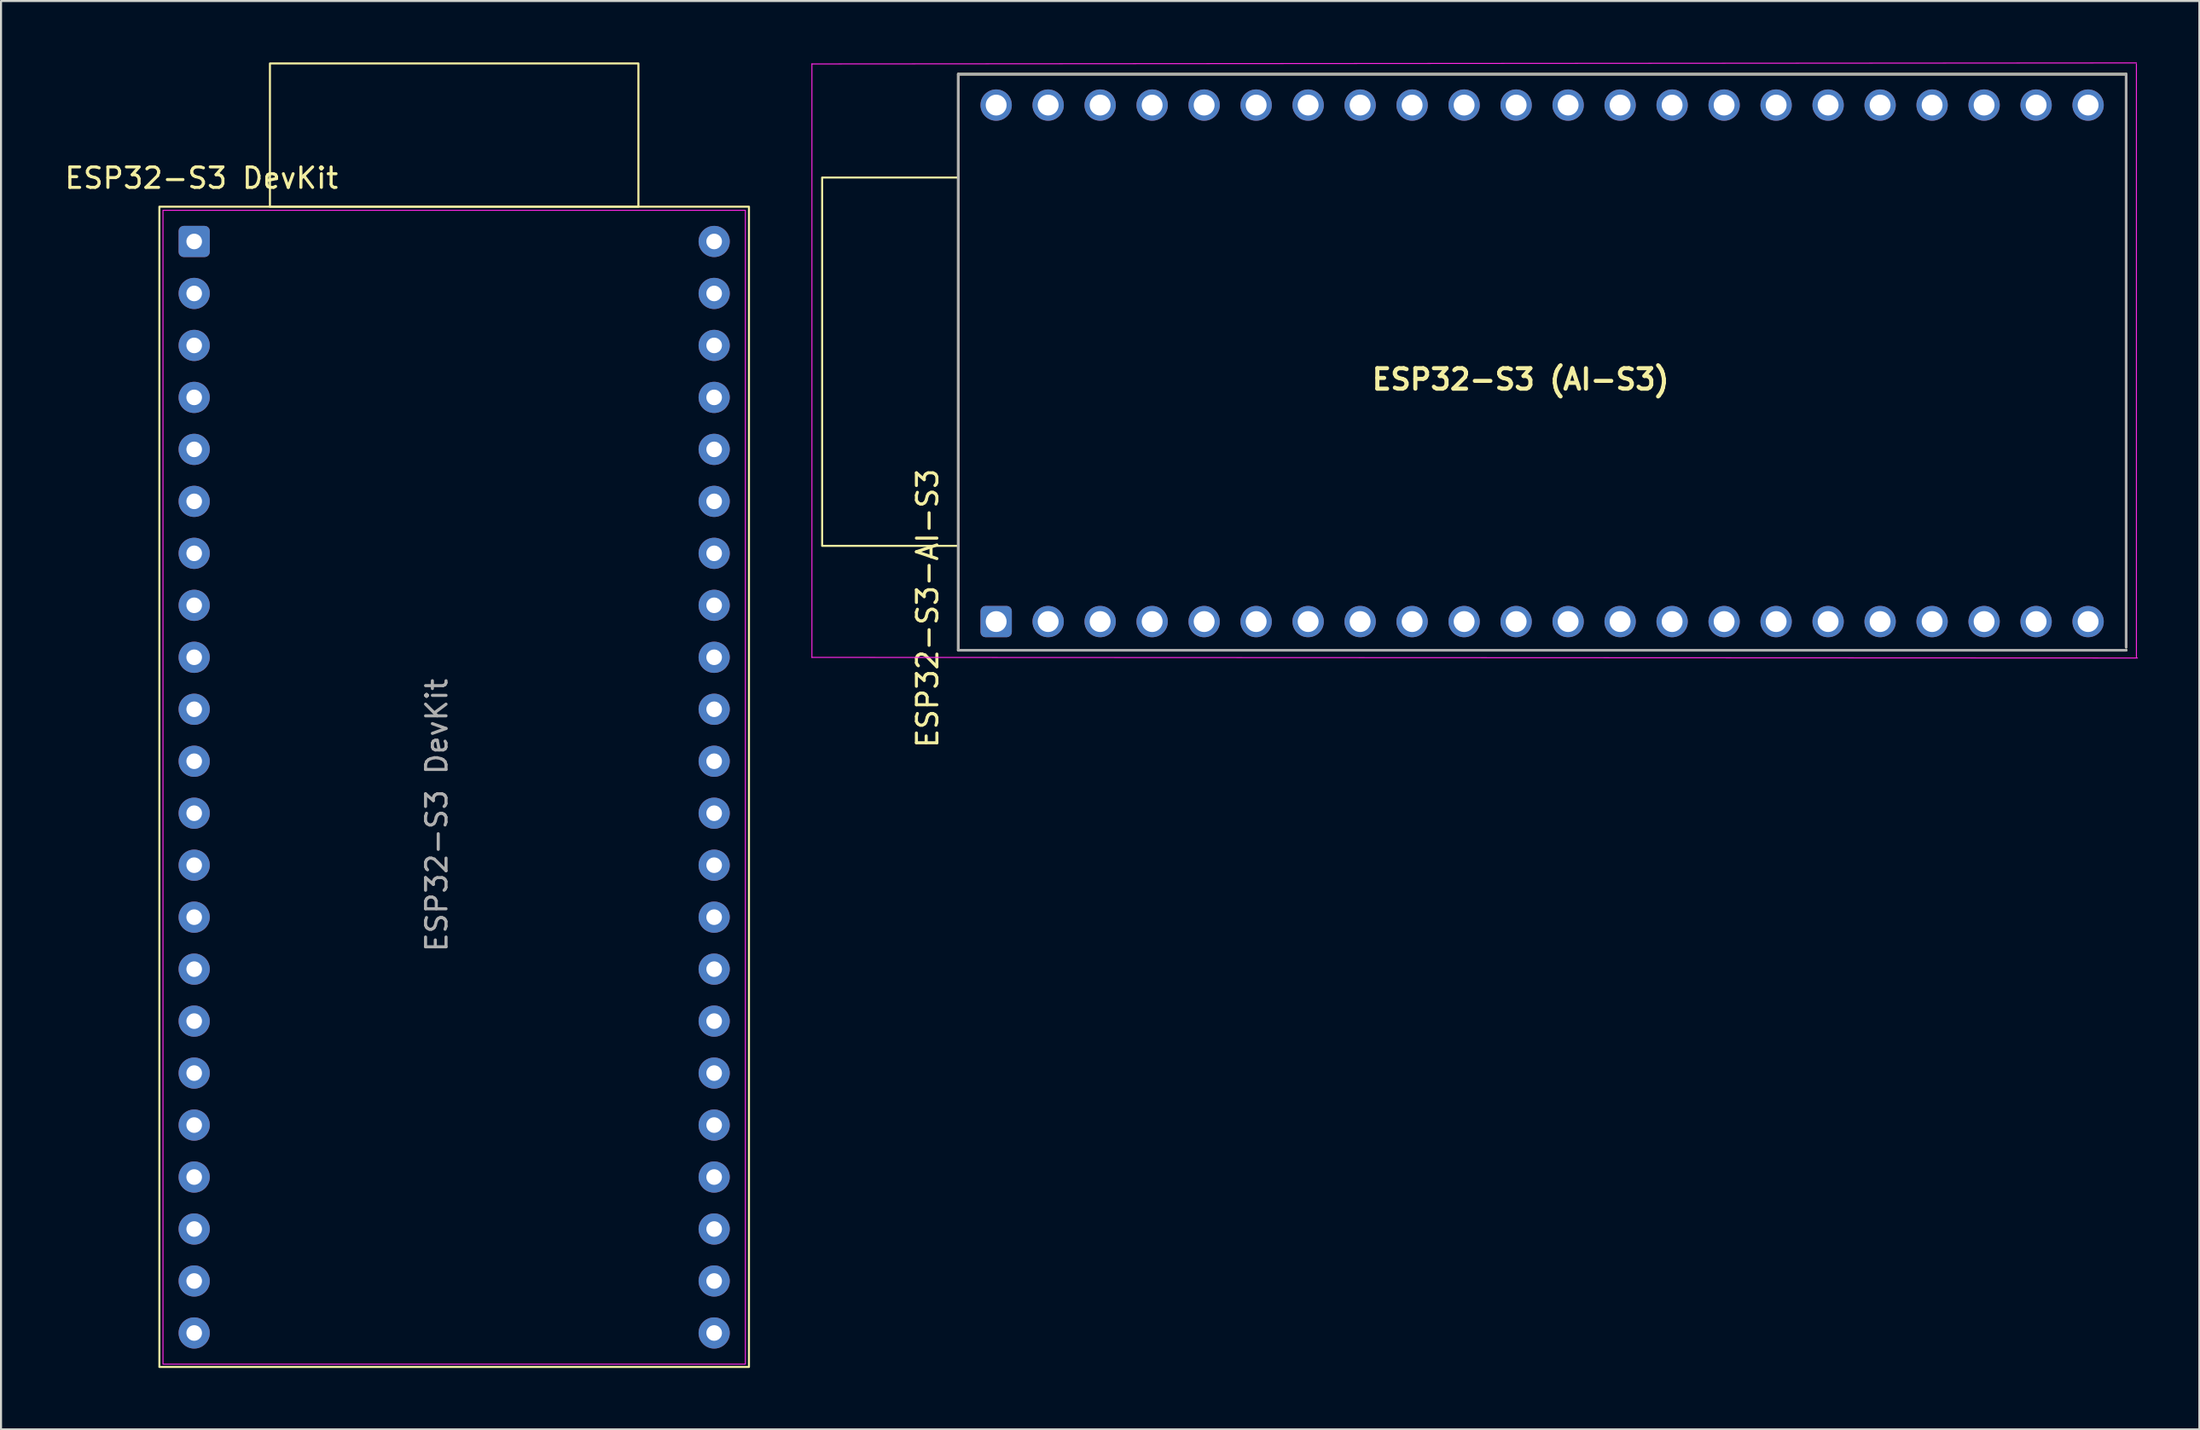
<source format=kicad_pcb>
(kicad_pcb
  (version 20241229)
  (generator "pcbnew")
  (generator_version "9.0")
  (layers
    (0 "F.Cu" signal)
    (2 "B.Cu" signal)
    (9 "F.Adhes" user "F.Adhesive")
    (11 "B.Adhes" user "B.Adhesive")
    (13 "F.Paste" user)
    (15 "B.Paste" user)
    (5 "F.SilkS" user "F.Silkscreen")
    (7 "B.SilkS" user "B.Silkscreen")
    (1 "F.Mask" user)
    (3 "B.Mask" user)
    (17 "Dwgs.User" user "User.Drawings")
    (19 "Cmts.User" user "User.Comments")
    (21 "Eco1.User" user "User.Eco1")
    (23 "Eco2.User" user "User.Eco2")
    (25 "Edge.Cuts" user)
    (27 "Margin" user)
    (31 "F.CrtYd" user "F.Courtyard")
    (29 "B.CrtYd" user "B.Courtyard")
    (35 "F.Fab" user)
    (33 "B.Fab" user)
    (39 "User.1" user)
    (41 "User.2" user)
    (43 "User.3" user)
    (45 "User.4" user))
  (footprint "ESP32-S3-AI-S3"
    (layer "F.Cu")
    (at 71.111 15.525)
    (property "Reference" "ESP32-S3-AI-S3" (at -28.85 11.15 90) (layer "F.SilkS") (effects (font (size 1 1) (thickness 0.15))))
    (attr through_hole)
    (fp_line (start -27.35 -14.95) (end 29.7 -14.95) (stroke (width 0.127) (type solid)) (layer "F.SilkS"))
    (fp_line (start -27.35 13.2) (end -27.35 -14.95) (stroke (width 0.127) (type solid)) (layer "F.SilkS"))
    (fp_line (start 29.7 -14.95) (end 29.7 13.05) (stroke (width 0.127) (type solid)) (layer "F.SilkS"))
    (fp_line (start 29.7 13.2) (end -27.35 13.2) (stroke (width 0.127) (type solid)) (layer "F.SilkS"))
    (fp_rect (start -34 -9.9) (end -27.35 8.1) (stroke (width 0.1) (type default)) (fill no) (layer "F.SilkS"))
    (fp_line (start -34.5 -15.45) (end -34.5 13.55) (stroke (width 0.05) (type solid)) (layer "F.CrtYd"))
    (fp_line (start -34.5 13.55) (end 30.25 13.58) (stroke (width 0.05) (type solid)) (layer "F.CrtYd"))
    (fp_line (start 30.2 -15.5) (end -34.5 -15.45) (stroke (width 0.05) (type solid)) (layer "F.CrtYd"))
    (fp_line (start 30.2 13.55) (end 30.2 -15.45) (stroke (width 0.05) (type solid)) (layer "F.CrtYd"))
    (fp_line (start -27.35 -14.95) (end 29.7 -14.95) (stroke (width 0.127) (type solid)) (layer "F.Fab"))
    (fp_line (start -27.35 13.2) (end -27.35 -14.95) (stroke (width 0.127) (type solid)) (layer "F.Fab"))
    (fp_line (start 29.7 -14.95) (end 29.7 13.05) (stroke (width 0.127) (type solid)) (layer "F.Fab"))
    (fp_line (start 29.7 13.2) (end -27.35 13.2) (stroke (width 0.127) (type solid)) (layer "F.Fab"))
    (fp_text user "ESP32-S3 (AI-S3)" (at -7.25 0.55 0) (unlocked yes) (layer "F.SilkS") (effects (font (size 1 1) (thickness 0.2) (bold yes)) (justify left bottom)))
    (pad "J1_1" thru_hole roundrect (at -25.5 11.8 90) (size 1.53 1.53) (drill 1.02) (layers "*.Cu" "*.Mask") (roundrect_rratio 0.163))
    (pad "J1_2" thru_hole circle (at -22.96 11.8 90) (size 1.53 1.53) (drill 1.02) (layers "*.Cu" "*.Mask"))
    (pad "J1_3" thru_hole circle (at -20.42 11.8 90) (size 1.53 1.53) (drill 1.02) (layers "*.Cu" "*.Mask"))
    (pad "J1_4" thru_hole circle (at -17.88 11.8 90) (size 1.53 1.53) (drill 1.02) (layers "*.Cu" "*.Mask"))
    (pad "J1_5" thru_hole circle (at -15.34 11.8 90) (size 1.53 1.53) (drill 1.02) (layers "*.Cu" "*.Mask"))
    (pad "J1_6" thru_hole circle (at -12.8 11.8 90) (size 1.53 1.53) (drill 1.02) (layers "*.Cu" "*.Mask"))
    (pad "J1_7" thru_hole circle (at -10.26 11.8 90) (size 1.53 1.53) (drill 1.02) (layers "*.Cu" "*.Mask"))
    (pad "J1_8" thru_hole circle (at -7.72 11.8 90) (size 1.53 1.53) (drill 1.02) (layers "*.Cu" "*.Mask"))
    (pad "J1_9" thru_hole circle (at -5.18 11.8 90) (size 1.53 1.53) (drill 1.02) (layers "*.Cu" "*.Mask"))
    (pad "J1_10" thru_hole circle (at -2.64 11.8 90) (size 1.53 1.53) (drill 1.02) (layers "*.Cu" "*.Mask"))
    (pad "J1_11" thru_hole circle (at -0.1 11.8 90) (size 1.53 1.53) (drill 1.02) (layers "*.Cu" "*.Mask"))
    (pad "J1_12" thru_hole circle (at 2.44 11.8 90) (size 1.53 1.53) (drill 1.02) (layers "*.Cu" "*.Mask"))
    (pad "J1_13" thru_hole circle (at 4.98 11.8 90) (size 1.53 1.53) (drill 1.02) (layers "*.Cu" "*.Mask"))
    (pad "J1_14" thru_hole circle (at 7.52 11.8 90) (size 1.53 1.53) (drill 1.02) (layers "*.Cu" "*.Mask"))
    (pad "J1_15" thru_hole circle (at 10.06 11.8 90) (size 1.53 1.53) (drill 1.02) (layers "*.Cu" "*.Mask"))
    (pad "J1_16" thru_hole circle (at 12.6 11.8 90) (size 1.53 1.53) (drill 1.02) (layers "*.Cu" "*.Mask"))
    (pad "J1_17" thru_hole circle (at 15.14 11.8 90) (size 1.53 1.53) (drill 1.02) (layers "*.Cu" "*.Mask"))
    (pad "J1_18" thru_hole circle (at 17.68 11.8 90) (size 1.53 1.53) (drill 1.02) (layers "*.Cu" "*.Mask"))
    (pad "J1_19" thru_hole circle (at 20.22 11.8 90) (size 1.53 1.53) (drill 1.02) (layers "*.Cu" "*.Mask"))
    (pad "J1_20" thru_hole circle (at 22.76 11.8 90) (size 1.53 1.53) (drill 1.02) (layers "*.Cu" "*.Mask"))
    (pad "J1_21" thru_hole circle (at 25.3 11.8 90) (size 1.53 1.53) (drill 1.02) (layers "*.Cu" "*.Mask"))
    (pad "J1_22" thru_hole circle (at 27.84 11.8 90) (size 1.53 1.53) (drill 1.02) (layers "*.Cu" "*.Mask"))
    (pad "J3_1" thru_hole circle (at -25.5 -13.44 90) (size 1.53 1.53) (drill 1.02) (layers "*.Cu" "*.Mask"))
    (pad "J3_2" thru_hole circle (at -22.96 -13.44 90) (size 1.53 1.53) (drill 1.02) (layers "*.Cu" "*.Mask"))
    (pad "J3_3" thru_hole circle (at -20.42 -13.44 90) (size 1.53 1.53) (drill 1.02) (layers "*.Cu" "*.Mask"))
    (pad "J3_4" thru_hole circle (at -17.88 -13.44 90) (size 1.53 1.53) (drill 1.02) (layers "*.Cu" "*.Mask"))
    (pad "J3_5" thru_hole circle (at -15.34 -13.44 90) (size 1.53 1.53) (drill 1.02) (layers "*.Cu" "*.Mask"))
    (pad "J3_6" thru_hole circle (at -12.8 -13.44 90) (size 1.53 1.53) (drill 1.02) (layers "*.Cu" "*.Mask"))
    (pad "J3_7" thru_hole circle (at -10.26 -13.44 90) (size 1.53 1.53) (drill 1.02) (layers "*.Cu" "*.Mask"))
    (pad "J3_8" thru_hole circle (at -7.72 -13.44 90) (size 1.53 1.53) (drill 1.02) (layers "*.Cu" "*.Mask"))
    (pad "J3_9" thru_hole circle (at -5.18 -13.44 90) (size 1.53 1.53) (drill 1.02) (layers "*.Cu" "*.Mask"))
    (pad "J3_10" thru_hole circle (at -2.64 -13.44 90) (size 1.53 1.53) (drill 1.02) (layers "*.Cu" "*.Mask"))
    (pad "J3_11" thru_hole circle (at -0.1 -13.44 90) (size 1.53 1.53) (drill 1.02) (layers "*.Cu" "*.Mask"))
    (pad "J3_12" thru_hole circle (at 2.44 -13.44 90) (size 1.53 1.53) (drill 1.02) (layers "*.Cu" "*.Mask"))
    (pad "J3_13" thru_hole circle (at 4.98 -13.44 90) (size 1.53 1.53) (drill 1.02) (layers "*.Cu" "*.Mask"))
    (pad "J3_14" thru_hole circle (at 7.52 -13.44 90) (size 1.53 1.53) (drill 1.02) (layers "*.Cu" "*.Mask"))
    (pad "J3_15" thru_hole circle (at 10.06 -13.44 90) (size 1.53 1.53) (drill 1.02) (layers "*.Cu" "*.Mask"))
    (pad "J3_16" thru_hole circle (at 12.6 -13.44 90) (size 1.53 1.53) (drill 1.02) (layers "*.Cu" "*.Mask"))
    (pad "J3_17" thru_hole circle (at 15.14 -13.44 90) (size 1.53 1.53) (drill 1.02) (layers "*.Cu" "*.Mask"))
    (pad "J3_18" thru_hole circle (at 17.68 -13.44 90) (size 1.53 1.53) (drill 1.02) (layers "*.Cu" "*.Mask"))
    (pad "J3_19" thru_hole circle (at 20.22 -13.44 90) (size 1.53 1.53) (drill 1.02) (layers "*.Cu" "*.Mask"))
    (pad "J3_20" thru_hole circle (at 22.76 -13.44 90) (size 1.53 1.53) (drill 1.02) (layers "*.Cu" "*.Mask"))
    (pad "J3_21" thru_hole circle (at 25.3 -13.44 90) (size 1.53 1.53) (drill 1.02) (layers "*.Cu" "*.Mask"))
    (pad "J3_22" thru_hole circle (at 27.84 -13.44 90) (size 1.53 1.53) (drill 1.02) (layers "*.Cu" "*.Mask")))
  (footprint "ESP32-S3 DevKit"
    (layer "F.Cu")
    (at 6.436 8.75)
    (property "Reference" "ESP32-S3 DevKit" (at 0.356 -3.099 0) (layer "F.SilkS") (effects (font (size 1 1) (thickness 0.15))))
    (attr through_hole)
    (fp_rect (start -1.7 -1.7) (end 27.1 55) (stroke (width 0.1) (type default)) (fill no) (layer "F.SilkS"))
    (fp_rect (start 3.7 -8.7) (end 21.7 -1.7) (stroke (width 0.1) (type default)) (fill no) (layer "F.SilkS"))
    (fp_rect (start -1.524 -1.524) (end 26.924 54.864) (stroke (width 0.05) (type default)) (fill no) (layer "F.CrtYd"))
    (fp_text user "${REFERENCE}" (at 11.847 28.038 90) (unlocked yes) (layer "F.Fab") (effects (font (size 1 1) (thickness 0.15))))
    (pad "1" thru_hole roundrect (at 0 0) (size 1.524 1.524) (drill 0.762) (layers "*.Cu" "*.Mask") (roundrect_rratio 0.164))
    (pad "2" thru_hole circle (at 0 2.54) (size 1.524 1.524) (drill 0.762) (layers "*.Cu" "*.Mask"))
    (pad "3" thru_hole circle (at 0 5.08) (size 1.524 1.524) (drill 0.762) (layers "*.Cu" "*.Mask"))
    (pad "4" thru_hole circle (at 0 7.62) (size 1.524 1.524) (drill 0.762) (layers "*.Cu" "*.Mask"))
    (pad "5" thru_hole circle (at 0 10.16) (size 1.524 1.524) (drill 0.762) (layers "*.Cu" "*.Mask"))
    (pad "6" thru_hole circle (at 0 12.7) (size 1.524 1.524) (drill 0.762) (layers "*.Cu" "*.Mask"))
    (pad "7" thru_hole circle (at 0 15.24) (size 1.524 1.524) (drill 0.762) (layers "*.Cu" "*.Mask"))
    (pad "8" thru_hole circle (at 0 17.78) (size 1.524 1.524) (drill 0.762) (layers "*.Cu" "*.Mask"))
    (pad "9" thru_hole circle (at 0 20.32) (size 1.524 1.524) (drill 0.762) (layers "*.Cu" "*.Mask"))
    (pad "10" thru_hole circle (at 0 22.86) (size 1.524 1.524) (drill 0.762) (layers "*.Cu" "*.Mask"))
    (pad "11" thru_hole circle (at 0 25.4) (size 1.524 1.524) (drill 0.762) (layers "*.Cu" "*.Mask"))
    (pad "12" thru_hole circle (at 0 27.94) (size 1.524 1.524) (drill 0.762) (layers "*.Cu" "*.Mask"))
    (pad "13" thru_hole circle (at 0 30.48) (size 1.524 1.524) (drill 0.762) (layers "*.Cu" "*.Mask"))
    (pad "14" thru_hole circle (at 0 33.02) (size 1.524 1.524) (drill 0.762) (layers "*.Cu" "*.Mask"))
    (pad "15" thru_hole circle (at 0 35.56) (size 1.524 1.524) (drill 0.762) (layers "*.Cu" "*.Mask"))
    (pad "16" thru_hole circle (at 0 38.1) (size 1.524 1.524) (drill 0.762) (layers "*.Cu" "*.Mask"))
    (pad "17" thru_hole circle (at 0 40.64) (size 1.524 1.524) (drill 0.762) (layers "*.Cu" "*.Mask"))
    (pad "18" thru_hole circle (at 0 43.18) (size 1.524 1.524) (drill 0.762) (layers "*.Cu" "*.Mask"))
    (pad "19" thru_hole circle (at 0 45.72) (size 1.524 1.524) (drill 0.762) (layers "*.Cu" "*.Mask"))
    (pad "20" thru_hole circle (at 0 48.26) (size 1.524 1.524) (drill 0.762) (layers "*.Cu" "*.Mask"))
    (pad "21" thru_hole circle (at 0 50.8) (size 1.524 1.524) (drill 0.762) (layers "*.Cu" "*.Mask"))
    (pad "22" thru_hole circle (at 0 53.34) (size 1.524 1.524) (drill 0.762) (layers "*.Cu" "*.Mask"))
    (pad "23" thru_hole circle (at 25.4 0) (size 1.524 1.524) (drill 0.762) (layers "*.Cu" "*.Mask"))
    (pad "24" thru_hole circle (at 25.4 2.54) (size 1.524 1.524) (drill 0.762) (layers "*.Cu" "*.Mask"))
    (pad "25" thru_hole circle (at 25.4 5.08) (size 1.524 1.524) (drill 0.762) (layers "*.Cu" "*.Mask"))
    (pad "26" thru_hole circle (at 25.4 7.62) (size 1.524 1.524) (drill 0.762) (layers "*.Cu" "*.Mask"))
    (pad "27" thru_hole circle (at 25.4 10.16) (size 1.524 1.524) (drill 0.762) (layers "*.Cu" "*.Mask"))
    (pad "28" thru_hole circle (at 25.4 12.7) (size 1.524 1.524) (drill 0.762) (layers "*.Cu" "*.Mask"))
    (pad "29" thru_hole circle (at 25.4 15.24) (size 1.524 1.524) (drill 0.762) (layers "*.Cu" "*.Mask"))
    (pad "30" thru_hole circle (at 25.4 17.78) (size 1.524 1.524) (drill 0.762) (layers "*.Cu" "*.Mask"))
    (pad "31" thru_hole circle (at 25.4 20.32) (size 1.524 1.524) (drill 0.762) (layers "*.Cu" "*.Mask"))
    (pad "32" thru_hole circle (at 25.4 22.86) (size 1.524 1.524) (drill 0.762) (layers "*.Cu" "*.Mask"))
    (pad "33" thru_hole circle (at 25.4 25.4) (size 1.524 1.524) (drill 0.762) (layers "*.Cu" "*.Mask"))
    (pad "34" thru_hole circle (at 25.4 27.94) (size 1.524 1.524) (drill 0.762) (layers "*.Cu" "*.Mask"))
    (pad "35" thru_hole circle (at 25.4 30.48) (size 1.524 1.524) (drill 0.762) (layers "*.Cu" "*.Mask"))
    (pad "36" thru_hole circle (at 25.4 33.02) (size 1.524 1.524) (drill 0.762) (layers "*.Cu" "*.Mask"))
    (pad "37" thru_hole circle (at 25.4 35.56) (size 1.524 1.524) (drill 0.762) (layers "*.Cu" "*.Mask"))
    (pad "38" thru_hole circle (at 25.4 38.1) (size 1.524 1.524) (drill 0.762) (layers "*.Cu" "*.Mask"))
    (pad "39" thru_hole circle (at 25.4 40.64) (size 1.524 1.524) (drill 0.762) (layers "*.Cu" "*.Mask"))
    (pad "40" thru_hole circle (at 25.4 43.18) (size 1.524 1.524) (drill 0.762) (layers "*.Cu" "*.Mask"))
    (pad "41" thru_hole circle (at 25.4 45.72) (size 1.524 1.524) (drill 0.762) (layers "*.Cu" "*.Mask"))
    (pad "42" thru_hole circle (at 25.4 48.26) (size 1.524 1.524) (drill 0.762) (layers "*.Cu" "*.Mask"))
    (pad "43" thru_hole circle (at 25.4 50.8) (size 1.524 1.524) (drill 0.762) (layers "*.Cu" "*.Mask"))
    (pad "44" thru_hole circle (at 25.4 53.34) (size 1.524 1.524) (drill 0.762) (layers "*.Cu" "*.Mask")))
  (gr_rect
    (start -3 -3)
    (end 104.386 66.8)
    (stroke (width 0.1) (type default))
    (fill no)
    (layer "Edge.Cuts")))
</source>
